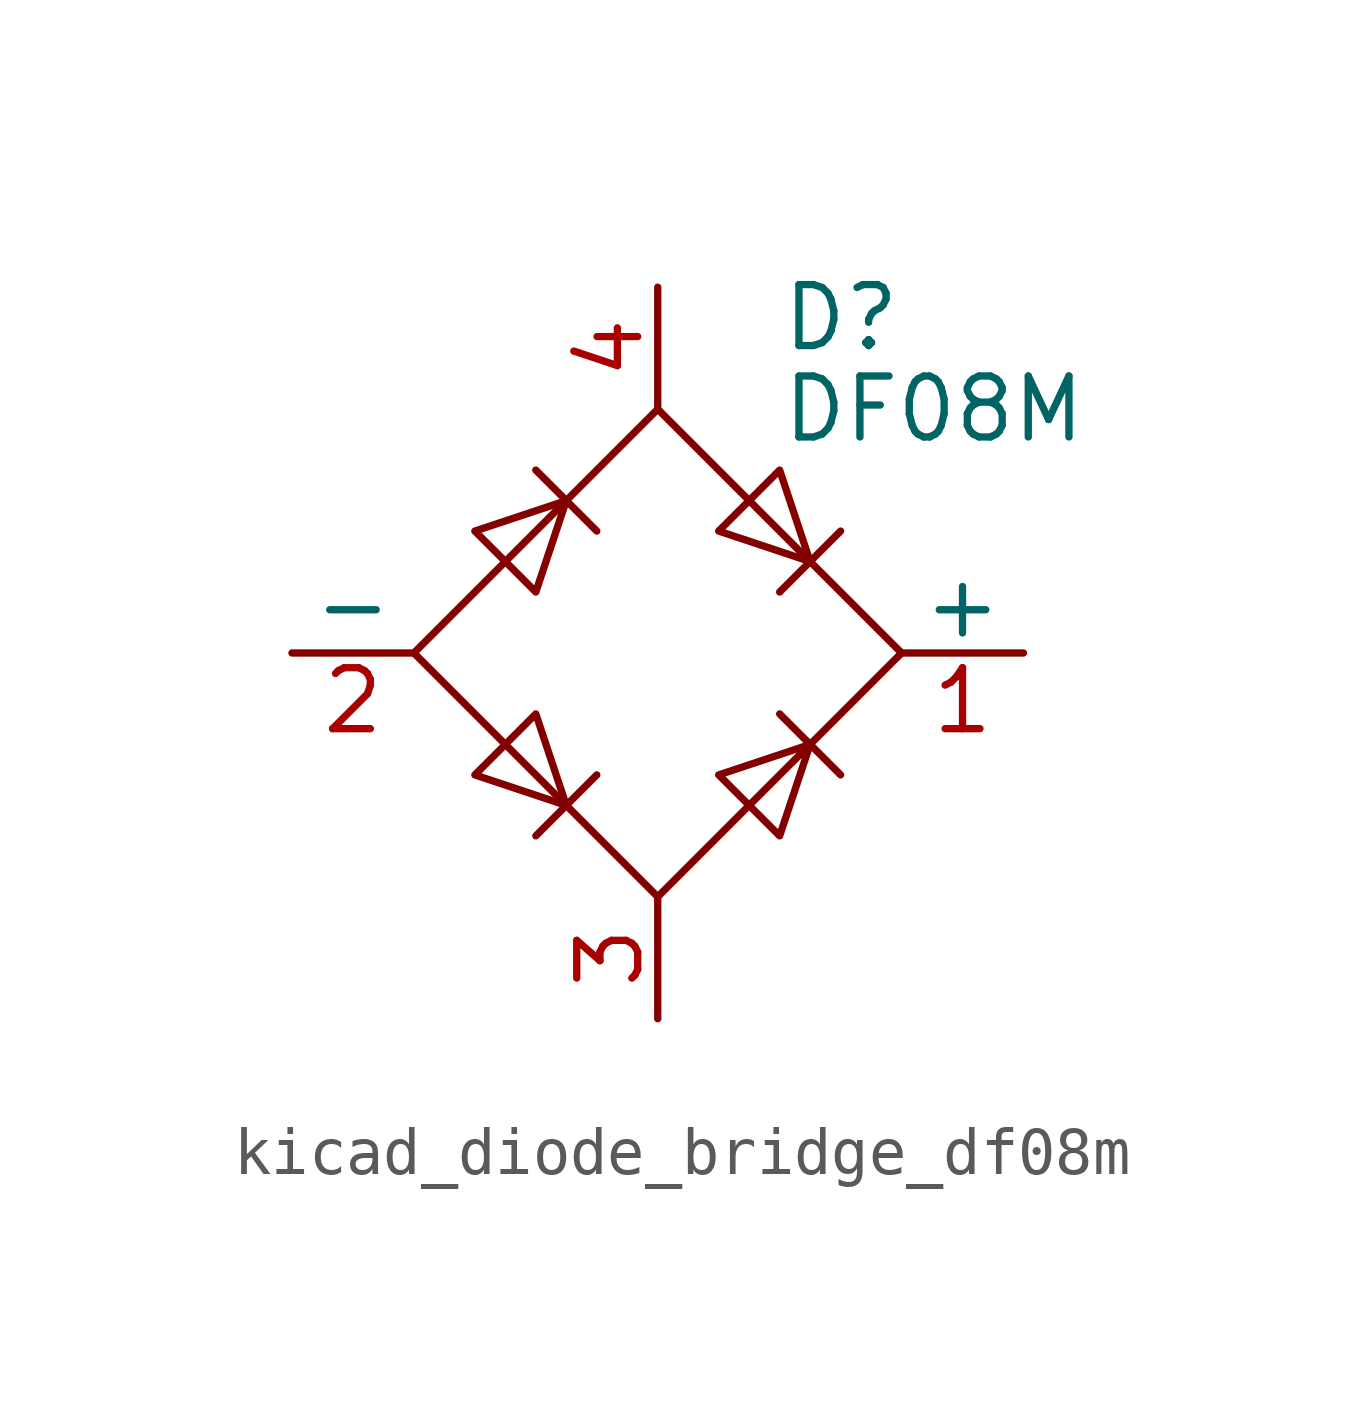
<source format=kicad_sym>
(kicad_symbol_lib
  (version 20220914)
  (generator kicad_symbol_editor)
  (symbol "kicad_diode_bridge_df08m"
    (pin_names
      (offset 0))
    (property "Reference" "D"
      (at 2.54 6.985 0)
      (effects (font (size 1.27 1.27)) (justify left)))
    (property "Value" "DF08M"
      (at 2.54 5.08 0)
      (effects (font (size 1.27 1.27)) (justify left)))
    (symbol "kicad_diode_bridge_df08m_0_1"
      (polyline (pts (xy -2.54 3.81) (xy -1.27 2.54)) (stroke (width 0) (type default)) (fill (type none)))
      (polyline (pts (xy -1.27 -2.54) (xy -2.54 -3.81)) (stroke (width 0) (type default)) (fill (type none)))
      (polyline (pts (xy 2.54 -1.27) (xy 3.81 -2.54)) (stroke (width 0) (type default)) (fill (type none)))
      (polyline (pts (xy 2.54 1.27) (xy 3.81 2.54)) (stroke (width 0) (type default)) (fill (type none)))
      (polyline (pts (xy -3.81 2.54) (xy -2.54 1.27) (xy -1.905 3.175) (xy -3.81 2.54)) (stroke (width 0) (type default)) (fill (type none)))
      (polyline (pts (xy -2.54 -1.27) (xy -3.81 -2.54) (xy -1.905 -3.175) (xy -2.54 -1.27)) (stroke (width 0) (type default)) (fill (type none)))
      (polyline (pts (xy 1.27 2.54) (xy 2.54 3.81) (xy 3.175 1.905) (xy 1.27 2.54)) (stroke (width 0) (type default)) (fill (type none)))
      (polyline (pts (xy 3.175 -1.905) (xy 1.27 -2.54) (xy 2.54 -3.81) (xy 3.175 -1.905)) (stroke (width 0) (type default)) (fill (type none)))
      (polyline (pts (xy -5.08 0) (xy 0 -5.08) (xy 5.08 0) (xy 0 5.08) (xy -5.08 0)) (stroke (width 0) (type default)) (fill (type none))))
    (symbol "kicad_diode_bridge_df08m_1_1"
      (pin passive line (at 7.62 0 180) (length 2.54) (name "+" (effects (font (size 1.27 1.27)))) (number "1" (effects (font (size 1.27 1.27)))))
      (pin passive line (at -7.62 0 0) (length 2.54) (name "-" (effects (font (size 1.27 1.27)))) (number "2" (effects (font (size 1.27 1.27)))))
      (pin passive line (at 0 -7.62 90) (length 2.54) (name "~" (effects (font (size 1.27 1.27)))) (number "3" (effects (font (size 1.27 1.27)))))
      (pin passive line (at 0 7.62 270) (length 2.54) (name "~" (effects (font (size 1.27 1.27)))) (number "4" (effects (font (size 1.27 1.27))))))))
</source>
